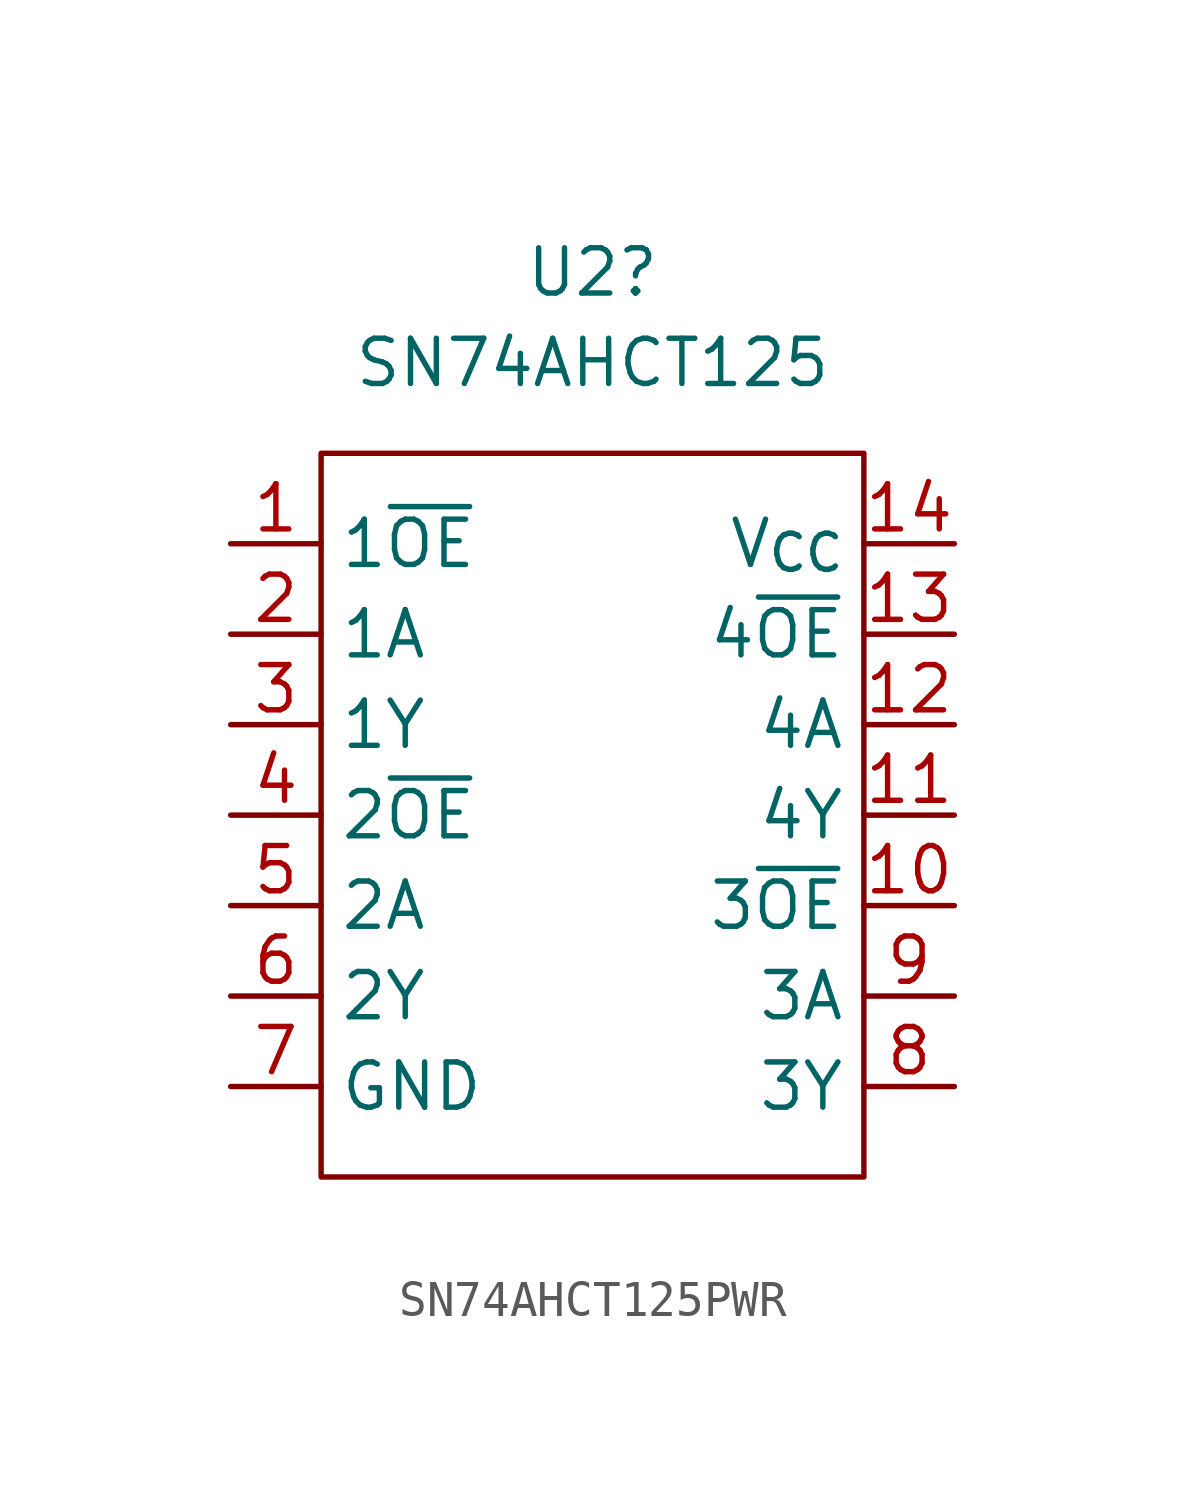
<source format=kicad_sym>
(kicad_symbol_lib
  (version 20231120)
  (generator "kicad_symbol_editor")
  (generator_version "8.0")
  (symbol "SN74AHCT125PWR"
    (property "Reference" "U2"
      (at 0 3.81 0)
      (effects (font (size 1.27 1.27))))
    (property "Value" "SN74AHCT125"
      (at 0 1.27 0)
      (effects (font (size 1.27 1.27))))
    (symbol "SN74AHCT125PWR_0_1"
      (rectangle (start -7.62 -1.27) (end 7.62 -21.59) (stroke (width 0) (type default)) (fill (type none))))
    (symbol "SN74AHCT125PWR_1_1"
      (pin input line (at -10.16 -3.81 0) (length 2.54) (name "1~{OE}" (effects (font (size 1.27 1.27)))) (number "1" (effects (font (size 1.27 1.27)))))
      (pin input line (at 10.16 -13.97 180) (length 2.54) (name "3~{OE}" (effects (font (size 1.27 1.27)))) (number "10" (effects (font (size 1.27 1.27)))))
      (pin output line (at 10.16 -11.43 180) (length 2.54) (name "4Y" (effects (font (size 1.27 1.27)))) (number "11" (effects (font (size 1.27 1.27)))))
      (pin input line (at 10.16 -8.89 180) (length 2.54) (name "4A" (effects (font (size 1.27 1.27)))) (number "12" (effects (font (size 1.27 1.27)))))
      (pin input line (at 10.16 -6.35 180) (length 2.54) (name "4~{OE}" (effects (font (size 1.27 1.27)))) (number "13" (effects (font (size 1.27 1.27)))))
      (pin power_out line (at 10.16 -3.81 180) (length 2.54) (name "V_{CC}" (effects (font (size 1.27 1.27)))) (number "14" (effects (font (size 1.27 1.27)))))
      (pin input line (at -10.16 -6.35 0) (length 2.54) (name "1A" (effects (font (size 1.27 1.27)))) (number "2" (effects (font (size 1.27 1.27)))))
      (pin output line (at -10.16 -8.89 0) (length 2.54) (name "1Y" (effects (font (size 1.27 1.27)))) (number "3" (effects (font (size 1.27 1.27)))))
      (pin input line (at -10.16 -11.43 0) (length 2.54) (name "2~{OE}" (effects (font (size 1.27 1.27)))) (number "4" (effects (font (size 1.27 1.27)))))
      (pin input line (at -10.16 -13.97 0) (length 2.54) (name "2A" (effects (font (size 1.27 1.27)))) (number "5" (effects (font (size 1.27 1.27)))))
      (pin output line (at -10.16 -16.51 0) (length 2.54) (name "2Y" (effects (font (size 1.27 1.27)))) (number "6" (effects (font (size 1.27 1.27)))))
      (pin power_in line (at -10.16 -19.05 0) (length 2.54) (name "GND" (effects (font (size 1.27 1.27)))) (number "7" (effects (font (size 1.27 1.27)))))
      (pin output line (at 10.16 -19.05 180) (length 2.54) (name "3Y" (effects (font (size 1.27 1.27)))) (number "8" (effects (font (size 1.27 1.27)))))
      (pin input line (at 10.16 -16.51 180) (length 2.54) (name "3A" (effects (font (size 1.27 1.27)))) (number "9" (effects (font (size 1.27 1.27))))))))
</source>
